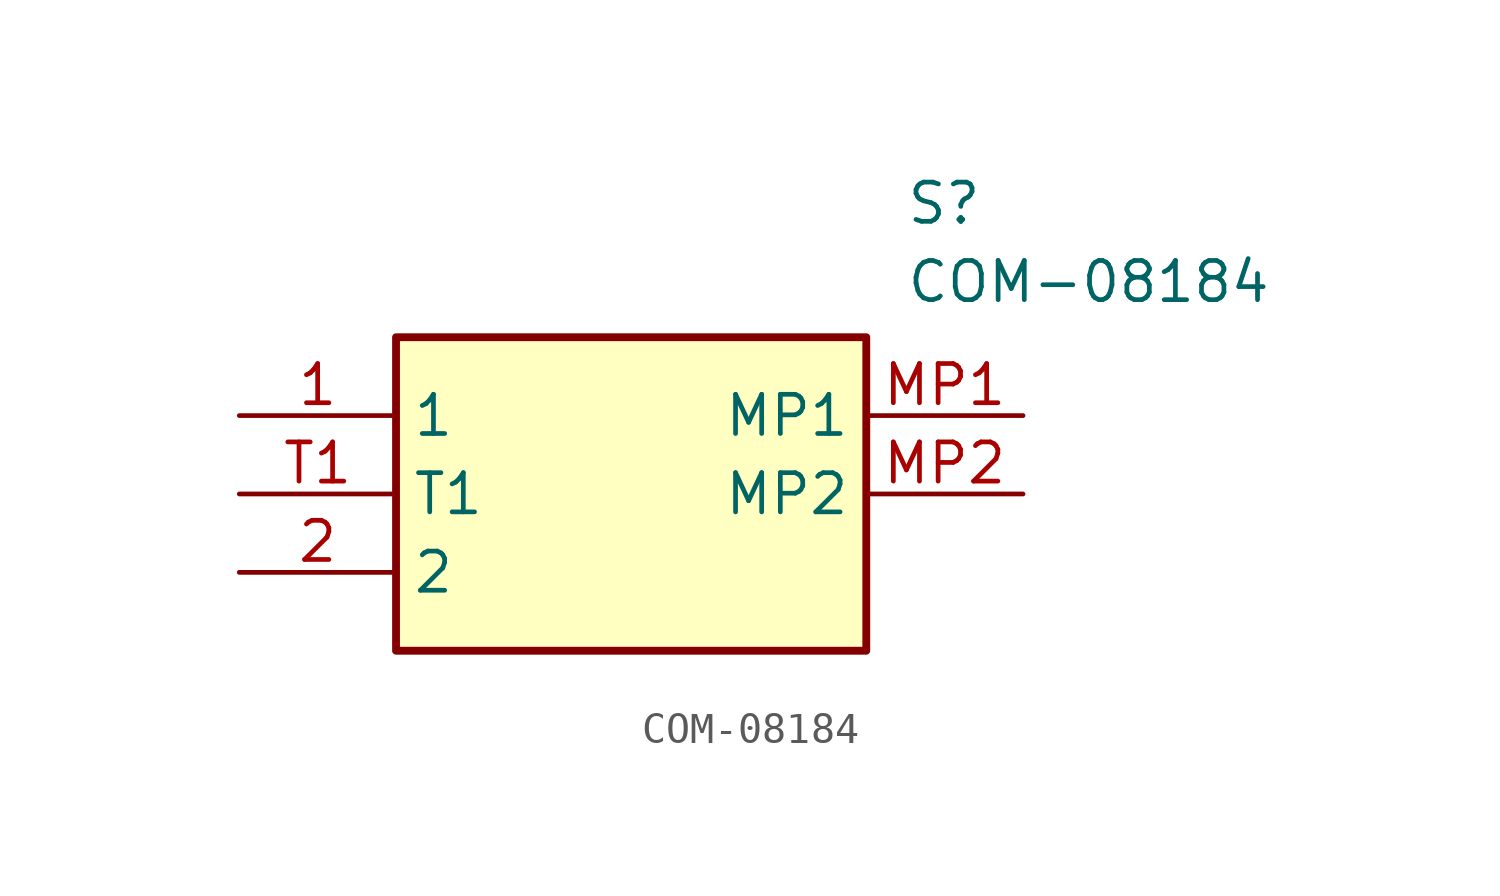
<source format=kicad_sym>
(kicad_symbol_lib
  (version 20211014)
  (generator SamacSys_ECAD_Model)
  (symbol "COM-08184"
    (property "Reference" "S"
      (at 21.59 7.62 0)
      (effects (font (size 1.27 1.27)) (justify left top)))
    (property "Value" "COM-08184"
      (at 21.59 5.08 0)
      (effects (font (size 1.27 1.27)) (justify left top)))
    (rectangle
      (start 5.08 2.54)
      (end 20.32 -7.62)
      (stroke (width 0.254) (type default))
      (fill (type background)))
    (pin passive line
      (at 0 0 0)
      (length 5.08)
      (name "1" (effects (font (size 1.27 1.27))))
      (number "1" (effects (font (size 1.27 1.27)))))
    (pin passive line
      (at 0 -5.08 0)
      (length 5.08)
      (name "2" (effects (font (size 1.27 1.27))))
      (number "2" (effects (font (size 1.27 1.27)))))
    (pin passive line
      (at 0 -2.54 0)
      (length 5.08)
      (name "T1" (effects (font (size 1.27 1.27))))
      (number "T1" (effects (font (size 1.27 1.27)))))
    (pin passive line
      (at 25.4 0 180)
      (length 5.08)
      (name "MP1" (effects (font (size 1.27 1.27))))
      (number "MP1" (effects (font (size 1.27 1.27)))))
    (pin passive line
      (at 25.4 -2.54 180)
      (length 5.08)
      (name "MP2" (effects (font (size 1.27 1.27))))
      (number "MP2" (effects (font (size 1.27 1.27)))))))
</source>
